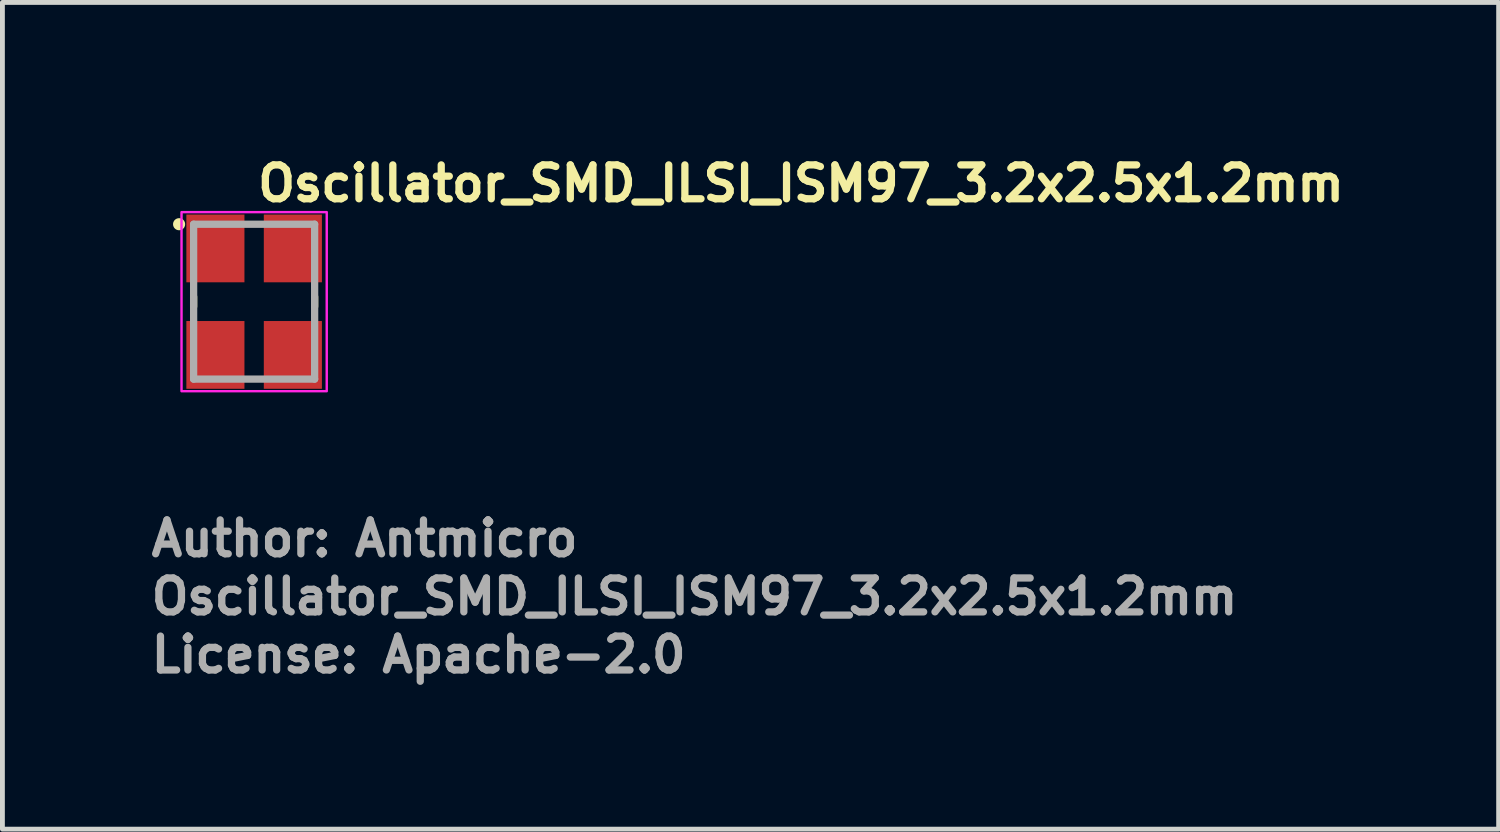
<source format=kicad_pcb>
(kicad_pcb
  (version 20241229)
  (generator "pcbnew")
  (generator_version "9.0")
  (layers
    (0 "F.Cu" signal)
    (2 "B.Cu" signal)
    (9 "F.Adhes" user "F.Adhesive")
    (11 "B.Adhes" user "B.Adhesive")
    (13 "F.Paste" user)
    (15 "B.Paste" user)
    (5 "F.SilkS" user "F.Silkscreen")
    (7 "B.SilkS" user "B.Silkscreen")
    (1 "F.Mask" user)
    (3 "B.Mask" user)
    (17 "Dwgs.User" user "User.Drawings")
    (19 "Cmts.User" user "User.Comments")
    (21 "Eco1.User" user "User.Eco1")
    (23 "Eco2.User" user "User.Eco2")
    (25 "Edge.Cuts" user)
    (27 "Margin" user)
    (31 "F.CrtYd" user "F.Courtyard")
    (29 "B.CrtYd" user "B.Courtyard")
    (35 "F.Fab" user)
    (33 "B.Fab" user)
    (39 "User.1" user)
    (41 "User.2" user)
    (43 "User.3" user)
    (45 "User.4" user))
  (footprint "Oscillator_SMD_ILSI_ISM97_3.2x2.5x1.2mm"
    (layer "F.Cu")
    (at 2.2 3.182)
    (property "Reference" "Oscillator_SMD_ILSI_ISM97_3.2x2.5x1.2mm" (at 0 -2.032 0) (unlocked yes) (layer "F.SilkS") (effects (font (size 0.7 0.7) (thickness 0.15)) (justify left bottom)))
    (attr smd)
    (fp_line (start -1.25 -0.102) (end -1.25 0.102) (stroke (width 0.15) (type solid)) (layer "F.SilkS"))
    (fp_line (start 1.25 -0.102) (end 1.25 0.102) (stroke (width 0.15) (type solid)) (layer "F.SilkS"))
    (fp_circle (center -1.55 -1.6) (end -1.5 -1.6) (stroke (width 0.15) (type solid)) (fill yes) (layer "F.SilkS"))
    (fp_rect (start 1.5 -1.85) (end -1.5 1.85) (stroke (width 0.05) (type solid)) (fill no) (layer "F.CrtYd"))
    (fp_line (start -1.25 -1.6) (end -1.25 1.6) (stroke (width 0.15) (type solid)) (layer "F.Fab"))
    (fp_line (start 1.25 -1.6) (end -1.25 -1.6) (stroke (width 0.15) (type solid)) (layer "F.Fab"))
    (fp_line (start 1.25 -1.6) (end 1.25 1.6) (stroke (width 0.15) (type solid)) (layer "F.Fab"))
    (fp_line (start 1.25 1.6) (end -1.25 1.6) (stroke (width 0.15) (type solid)) (layer "F.Fab"))
    (fp_rect (start 1.25 -1.6) (end -1.25 1.6) (stroke (width 0.1) (type solid)) (fill no) (layer "User.5"))
    (fp_line (start -1.25 -1.475) (end -1.25 1.475) (stroke (width 0.02) (type solid)) (layer "User.9"))
    (fp_line (start -1.25 -1.475) (end -1.244 -1.475) (stroke (width 0.02) (type solid)) (layer "User.9"))
    (fp_line (start -1.244 -1.475) (end -1.238 -1.476) (stroke (width 0.02) (type solid)) (layer "User.9"))
    (fp_line (start -1.244 1.475) (end -1.25 1.475) (stroke (width 0.02) (type solid)) (layer "User.9"))
    (fp_line (start -1.238 -1.476) (end -1.232 -1.476) (stroke (width 0.02) (type solid)) (layer "User.9"))
    (fp_line (start -1.238 1.476) (end -1.244 1.475) (stroke (width 0.02) (type solid)) (layer "User.9"))
    (fp_line (start -1.232 -1.476) (end -1.226 -1.477) (stroke (width 0.02) (type solid)) (layer "User.9"))
    (fp_line (start -1.232 1.476) (end -1.238 1.476) (stroke (width 0.02) (type solid)) (layer "User.9"))
    (fp_line (start -1.226 -1.477) (end -1.22 -1.479) (stroke (width 0.02) (type solid)) (layer "User.9"))
    (fp_line (start -1.226 1.477) (end -1.232 1.476) (stroke (width 0.02) (type solid)) (layer "User.9"))
    (fp_line (start -1.22 -1.479) (end -1.214 -1.48) (stroke (width 0.02) (type solid)) (layer "User.9"))
    (fp_line (start -1.22 1.479) (end -1.226 1.477) (stroke (width 0.02) (type solid)) (layer "User.9"))
    (fp_line (start -1.214 -1.48) (end -1.208 -1.482) (stroke (width 0.02) (type solid)) (layer "User.9"))
    (fp_line (start -1.214 1.48) (end -1.22 1.479) (stroke (width 0.02) (type solid)) (layer "User.9"))
    (fp_line (start -1.208 -1.482) (end -1.202 -1.485) (stroke (width 0.02) (type solid)) (layer "User.9"))
    (fp_line (start -1.208 1.482) (end -1.214 1.48) (stroke (width 0.02) (type solid)) (layer "User.9"))
    (fp_line (start -1.202 -1.485) (end -1.197 -1.487) (stroke (width 0.02) (type solid)) (layer "User.9"))
    (fp_line (start -1.202 1.485) (end -1.208 1.482) (stroke (width 0.02) (type solid)) (layer "User.9"))
    (fp_line (start -1.197 -1.487) (end -1.191 -1.49) (stroke (width 0.02) (type solid)) (layer "User.9"))
    (fp_line (start -1.197 1.487) (end -1.202 1.485) (stroke (width 0.02) (type solid)) (layer "User.9"))
    (fp_line (start -1.191 -1.49) (end -1.186 -1.493) (stroke (width 0.02) (type solid)) (layer "User.9"))
    (fp_line (start -1.191 1.49) (end -1.197 1.487) (stroke (width 0.02) (type solid)) (layer "User.9"))
    (fp_line (start -1.186 -1.493) (end -1.181 -1.496) (stroke (width 0.02) (type solid)) (layer "User.9"))
    (fp_line (start -1.186 1.493) (end -1.191 1.49) (stroke (width 0.02) (type solid)) (layer "User.9"))
    (fp_line (start -1.181 -1.496) (end -1.176 -1.5) (stroke (width 0.02) (type solid)) (layer "User.9"))
    (fp_line (start -1.181 1.496) (end -1.186 1.493) (stroke (width 0.02) (type solid)) (layer "User.9"))
    (fp_line (start -1.176 -1.5) (end -1.171 -1.503) (stroke (width 0.02) (type solid)) (layer "User.9"))
    (fp_line (start -1.176 1.5) (end -1.181 1.496) (stroke (width 0.02) (type solid)) (layer "User.9"))
    (fp_line (start -1.171 -1.503) (end -1.166 -1.507) (stroke (width 0.02) (type solid)) (layer "User.9"))
    (fp_line (start -1.171 1.503) (end -1.176 1.5) (stroke (width 0.02) (type solid)) (layer "User.9"))
    (fp_line (start -1.166 -1.507) (end -1.162 -1.512) (stroke (width 0.02) (type solid)) (layer "User.9"))
    (fp_line (start -1.166 1.507) (end -1.171 1.503) (stroke (width 0.02) (type solid)) (layer "User.9"))
    (fp_line (start -1.162 -1.512) (end -1.162 -1.512) (stroke (width 0.02) (type solid)) (layer "User.9"))
    (fp_line (start -1.162 -1.512) (end -1.157 -1.516) (stroke (width 0.02) (type solid)) (layer "User.9"))
    (fp_line (start -1.162 1.512) (end -1.166 1.507) (stroke (width 0.02) (type solid)) (layer "User.9"))
    (fp_line (start -1.162 1.512) (end -1.162 1.512) (stroke (width 0.02) (type solid)) (layer "User.9"))
    (fp_line (start -1.157 -1.516) (end -1.153 -1.521) (stroke (width 0.02) (type solid)) (layer "User.9"))
    (fp_line (start -1.157 1.516) (end -1.162 1.512) (stroke (width 0.02) (type solid)) (layer "User.9"))
    (fp_line (start -1.153 -1.521) (end -1.15 -1.526) (stroke (width 0.02) (type solid)) (layer "User.9"))
    (fp_line (start -1.153 1.521) (end -1.157 1.516) (stroke (width 0.02) (type solid)) (layer "User.9"))
    (fp_line (start -1.15 -1.526) (end -1.146 -1.531) (stroke (width 0.02) (type solid)) (layer "User.9"))
    (fp_line (start -1.15 -1.41) (end -1.15 -1.405) (stroke (width 0.02) (type solid)) (layer "User.9"))
    (fp_line (start -1.15 -1.405) (end -1.15 -1.4) (stroke (width 0.02) (type solid)) (layer "User.9"))
    (fp_line (start -1.15 -1.4) (end -1.15 1.4) (stroke (width 0.02) (type solid)) (layer "User.9"))
    (fp_line (start -1.15 1.4) (end -1.15 1.405) (stroke (width 0.02) (type solid)) (layer "User.9"))
    (fp_line (start -1.15 1.405) (end -1.15 1.41) (stroke (width 0.02) (type solid)) (layer "User.9"))
    (fp_line (start -1.15 1.41) (end -1.149 1.415) (stroke (width 0.02) (type solid)) (layer "User.9"))
    (fp_line (start -1.15 1.526) (end -1.153 1.521) (stroke (width 0.02) (type solid)) (layer "User.9"))
    (fp_line (start -1.149 -1.415) (end -1.15 -1.41) (stroke (width 0.02) (type solid)) (layer "User.9"))
    (fp_line (start -1.149 1.415) (end -1.148 1.42) (stroke (width 0.02) (type solid)) (layer "User.9"))
    (fp_line (start -1.148 -1.42) (end -1.149 -1.415) (stroke (width 0.02) (type solid)) (layer "User.9"))
    (fp_line (start -1.148 1.42) (end -1.147 1.424) (stroke (width 0.02) (type solid)) (layer "User.9"))
    (fp_line (start -1.147 -1.424) (end -1.148 -1.42) (stroke (width 0.02) (type solid)) (layer "User.9"))
    (fp_line (start -1.147 1.424) (end -1.146 1.429) (stroke (width 0.02) (type solid)) (layer "User.9"))
    (fp_line (start -1.146 -1.531) (end -1.143 -1.536) (stroke (width 0.02) (type solid)) (layer "User.9"))
    (fp_line (start -1.146 -1.429) (end -1.147 -1.424) (stroke (width 0.02) (type solid)) (layer "User.9"))
    (fp_line (start -1.146 1.429) (end -1.144 1.434) (stroke (width 0.02) (type solid)) (layer "User.9"))
    (fp_line (start -1.146 1.531) (end -1.15 1.526) (stroke (width 0.02) (type solid)) (layer "User.9"))
    (fp_line (start -1.144 -1.434) (end -1.146 -1.429) (stroke (width 0.02) (type solid)) (layer "User.9"))
    (fp_line (start -1.144 1.434) (end -1.142 1.438) (stroke (width 0.02) (type solid)) (layer "User.9"))
    (fp_line (start -1.143 -1.536) (end -1.14 -1.541) (stroke (width 0.02) (type solid)) (layer "User.9"))
    (fp_line (start -1.143 1.536) (end -1.146 1.531) (stroke (width 0.02) (type solid)) (layer "User.9"))
    (fp_line (start -1.142 -1.438) (end -1.144 -1.434) (stroke (width 0.02) (type solid)) (layer "User.9"))
    (fp_line (start -1.142 1.438) (end -1.14 1.443) (stroke (width 0.02) (type solid)) (layer "User.9"))
    (fp_line (start -1.14 -1.541) (end -1.137 -1.547) (stroke (width 0.02) (type solid)) (layer "User.9"))
    (fp_line (start -1.14 -1.443) (end -1.142 -1.438) (stroke (width 0.02) (type solid)) (layer "User.9"))
    (fp_line (start -1.14 1.443) (end -1.138 1.447) (stroke (width 0.02) (type solid)) (layer "User.9"))
    (fp_line (start -1.14 1.541) (end -1.143 1.536) (stroke (width 0.02) (type solid)) (layer "User.9"))
    (fp_line (start -1.138 -1.447) (end -1.14 -1.443) (stroke (width 0.02) (type solid)) (layer "User.9"))
    (fp_line (start -1.138 1.447) (end -1.136 1.451) (stroke (width 0.02) (type solid)) (layer "User.9"))
    (fp_line (start -1.137 -1.547) (end -1.135 -1.552) (stroke (width 0.02) (type solid)) (layer "User.9"))
    (fp_line (start -1.137 1.547) (end -1.14 1.541) (stroke (width 0.02) (type solid)) (layer "User.9"))
    (fp_line (start -1.136 -1.451) (end -1.138 -1.447) (stroke (width 0.02) (type solid)) (layer "User.9"))
    (fp_line (start -1.136 1.451) (end -1.133 1.455) (stroke (width 0.02) (type solid)) (layer "User.9"))
    (fp_line (start -1.135 -1.552) (end -1.132 -1.558) (stroke (width 0.02) (type solid)) (layer "User.9"))
    (fp_line (start -1.135 1.552) (end -1.137 1.547) (stroke (width 0.02) (type solid)) (layer "User.9"))
    (fp_line (start -1.133 -1.455) (end -1.136 -1.451) (stroke (width 0.02) (type solid)) (layer "User.9"))
    (fp_line (start -1.133 1.455) (end -1.13 1.459) (stroke (width 0.02) (type solid)) (layer "User.9"))
    (fp_line (start -1.132 -1.558) (end -1.13 -1.564) (stroke (width 0.02) (type solid)) (layer "User.9"))
    (fp_line (start -1.132 1.558) (end -1.135 1.552) (stroke (width 0.02) (type solid)) (layer "User.9"))
    (fp_line (start -1.13 -1.564) (end -1.129 -1.57) (stroke (width 0.02) (type solid)) (layer "User.9"))
    (fp_line (start -1.13 -1.459) (end -1.133 -1.455) (stroke (width 0.02) (type solid)) (layer "User.9"))
    (fp_line (start -1.13 1.459) (end -1.127 1.463) (stroke (width 0.02) (type solid)) (layer "User.9"))
    (fp_line (start -1.13 1.564) (end -1.132 1.558) (stroke (width 0.02) (type solid)) (layer "User.9"))
    (fp_line (start -1.129 -1.57) (end -1.127 -1.575) (stroke (width 0.02) (type solid)) (layer "User.9"))
    (fp_line (start -1.129 1.57) (end -1.13 1.564) (stroke (width 0.02) (type solid)) (layer "User.9"))
    (fp_line (start -1.127 -1.575) (end -1.126 -1.582) (stroke (width 0.02) (type solid)) (layer "User.9"))
    (fp_line (start -1.127 -1.463) (end -1.13 -1.459) (stroke (width 0.02) (type solid)) (layer "User.9"))
    (fp_line (start -1.127 1.463) (end -1.124 1.467) (stroke (width 0.02) (type solid)) (layer "User.9"))
    (fp_line (start -1.127 1.575) (end -1.129 1.57) (stroke (width 0.02) (type solid)) (layer "User.9"))
    (fp_line (start -1.126 -1.588) (end -1.125 -1.594) (stroke (width 0.02) (type solid)) (layer "User.9"))
    (fp_line (start -1.126 -1.582) (end -1.126 -1.588) (stroke (width 0.02) (type solid)) (layer "User.9"))
    (fp_line (start -1.126 1.582) (end -1.127 1.575) (stroke (width 0.02) (type solid)) (layer "User.9"))
    (fp_line (start -1.126 1.588) (end -1.126 1.582) (stroke (width 0.02) (type solid)) (layer "User.9"))
    (fp_line (start -1.125 -1.6) (end -0.55 -1.6) (stroke (width 0.02) (type solid)) (layer "User.9"))
    (fp_line (start -1.125 -1.594) (end -1.125 -1.6) (stroke (width 0.02) (type solid)) (layer "User.9"))
    (fp_line (start -1.125 1.594) (end -1.126 1.588) (stroke (width 0.02) (type solid)) (layer "User.9"))
    (fp_line (start -1.125 1.6) (end -1.125 1.594) (stroke (width 0.02) (type solid)) (layer "User.9"))
    (fp_line (start -1.125 1.6) (end -0.55 1.6) (stroke (width 0.02) (type solid)) (layer "User.9"))
    (fp_line (start -1.124 -1.467) (end -1.127 -1.463) (stroke (width 0.02) (type solid)) (layer "User.9"))
    (fp_line (start -1.124 1.467) (end -1.121 1.471) (stroke (width 0.02) (type solid)) (layer "User.9"))
    (fp_line (start -1.121 -1.471) (end -1.124 -1.467) (stroke (width 0.02) (type solid)) (layer "User.9"))
    (fp_line (start -1.121 -1.471) (end -1.121 -1.471) (stroke (width 0.02) (type solid)) (layer "User.9"))
    (fp_line (start -1.121 1.471) (end -1.121 1.471) (stroke (width 0.02) (type solid)) (layer "User.9"))
    (fp_line (start -1.121 1.471) (end -1.117 1.474) (stroke (width 0.02) (type solid)) (layer "User.9"))
    (fp_line (start -1.117 -1.474) (end -1.121 -1.471) (stroke (width 0.02) (type solid)) (layer "User.9"))
    (fp_line (start -1.117 1.474) (end -1.113 1.477) (stroke (width 0.02) (type solid)) (layer "User.9"))
    (fp_line (start -1.113 -1.477) (end -1.117 -1.474) (stroke (width 0.02) (type solid)) (layer "User.9"))
    (fp_line (start -1.113 1.477) (end -1.109 1.48) (stroke (width 0.02) (type solid)) (layer "User.9"))
    (fp_line (start -1.109 -1.48) (end -1.113 -1.477) (stroke (width 0.02) (type solid)) (layer "User.9"))
    (fp_line (start -1.109 1.48) (end -1.105 1.483) (stroke (width 0.02) (type solid)) (layer "User.9"))
    (fp_line (start -1.105 -1.483) (end -1.109 -1.48) (stroke (width 0.02) (type solid)) (layer "User.9"))
    (fp_line (start -1.105 1.483) (end -1.101 1.486) (stroke (width 0.02) (type solid)) (layer "User.9"))
    (fp_line (start -1.101 -1.486) (end -1.105 -1.483) (stroke (width 0.02) (type solid)) (layer "User.9"))
    (fp_line (start -1.101 1.486) (end -1.097 1.488) (stroke (width 0.02) (type solid)) (layer "User.9"))
    (fp_line (start -1.1 -1.405) (end -1.1 -1.402) (stroke (width 0.02) (type solid)) (layer "User.9"))
    (fp_line (start -1.1 -1.402) (end -1.1 -1.4) (stroke (width 0.02) (type solid)) (layer "User.9"))
    (fp_line (start -1.1 -1.4) (end -1.1 1.4) (stroke (width 0.02) (type solid)) (layer "User.9"))
    (fp_line (start -1.1 1.4) (end -1.1 1.402) (stroke (width 0.02) (type solid)) (layer "User.9"))
    (fp_line (start -1.1 1.402) (end -1.1 1.405) (stroke (width 0.02) (type solid)) (layer "User.9"))
    (fp_line (start -1.1 1.405) (end -1.099 1.407) (stroke (width 0.02) (type solid)) (layer "User.9"))
    (fp_line (start -1.099 -1.41) (end -1.099 -1.407) (stroke (width 0.02) (type solid)) (layer "User.9"))
    (fp_line (start -1.099 -1.407) (end -1.1 -1.405) (stroke (width 0.02) (type solid)) (layer "User.9"))
    (fp_line (start -1.099 1.407) (end -1.099 1.41) (stroke (width 0.02) (type solid)) (layer "User.9"))
    (fp_line (start -1.099 1.41) (end -1.098 1.412) (stroke (width 0.02) (type solid)) (layer "User.9"))
    (fp_line (start -1.098 -1.415) (end -1.098 -1.412) (stroke (width 0.02) (type solid)) (layer "User.9"))
    (fp_line (start -1.098 -1.412) (end -1.099 -1.41) (stroke (width 0.02) (type solid)) (layer "User.9"))
    (fp_line (start -1.098 1.412) (end -1.098 1.415) (stroke (width 0.02) (type solid)) (layer "User.9"))
    (fp_line (start -1.098 1.415) (end -1.097 1.417) (stroke (width 0.02) (type solid)) (layer "User.9"))
    (fp_line (start -1.097 -1.488) (end -1.101 -1.486) (stroke (width 0.02) (type solid)) (layer "User.9"))
    (fp_line (start -1.097 -1.417) (end -1.098 -1.415) (stroke (width 0.02) (type solid)) (layer "User.9"))
    (fp_line (start -1.097 1.417) (end -1.096 1.419) (stroke (width 0.02) (type solid)) (layer "User.9"))
    (fp_line (start -1.097 1.488) (end -1.093 1.49) (stroke (width 0.02) (type solid)) (layer "User.9"))
    (fp_line (start -1.096 -1.419) (end -1.097 -1.417) (stroke (width 0.02) (type solid)) (layer "User.9"))
    (fp_line (start -1.096 1.419) (end -1.095 1.421) (stroke (width 0.02) (type solid)) (layer "User.9"))
    (fp_line (start -1.095 -1.421) (end -1.096 -1.419) (stroke (width 0.02) (type solid)) (layer "User.9"))
    (fp_line (start -1.095 1.421) (end -1.094 1.424) (stroke (width 0.02) (type solid)) (layer "User.9"))
    (fp_line (start -1.094 -1.424) (end -1.095 -1.421) (stroke (width 0.02) (type solid)) (layer "User.9"))
    (fp_line (start -1.094 1.424) (end -1.093 1.426) (stroke (width 0.02) (type solid)) (layer "User.9"))
    (fp_line (start -1.093 -1.49) (end -1.097 -1.488) (stroke (width 0.02) (type solid)) (layer "User.9"))
    (fp_line (start -1.093 -1.426) (end -1.094 -1.424) (stroke (width 0.02) (type solid)) (layer "User.9"))
    (fp_line (start -1.093 1.426) (end -1.092 1.428) (stroke (width 0.02) (type solid)) (layer "User.9"))
    (fp_line (start -1.093 1.49) (end -1.088 1.492) (stroke (width 0.02) (type solid)) (layer "User.9"))
    (fp_line (start -1.092 -1.428) (end -1.093 -1.426) (stroke (width 0.02) (type solid)) (layer "User.9"))
    (fp_line (start -1.092 1.428) (end -1.09 1.43) (stroke (width 0.02) (type solid)) (layer "User.9"))
    (fp_line (start -1.09 -1.43) (end -1.092 -1.428) (stroke (width 0.02) (type solid)) (layer "User.9"))
    (fp_line (start -1.09 1.43) (end -1.089 1.432) (stroke (width 0.02) (type solid)) (layer "User.9"))
    (fp_line (start -1.089 -1.432) (end -1.09 -1.43) (stroke (width 0.02) (type solid)) (layer "User.9"))
    (fp_line (start -1.089 1.432) (end -1.087 1.434) (stroke (width 0.02) (type solid)) (layer "User.9"))
    (fp_line (start -1.088 -1.492) (end -1.093 -1.49) (stroke (width 0.02) (type solid)) (layer "User.9"))
    (fp_line (start -1.088 1.492) (end -1.084 1.494) (stroke (width 0.02) (type solid)) (layer "User.9"))
    (fp_line (start -1.087 -1.434) (end -1.089 -1.432) (stroke (width 0.02) (type solid)) (layer "User.9"))
    (fp_line (start -1.087 1.434) (end -1.085 1.435) (stroke (width 0.02) (type solid)) (layer "User.9"))
    (fp_line (start -1.085 -1.435) (end -1.087 -1.434) (stroke (width 0.02) (type solid)) (layer "User.9"))
    (fp_line (start -1.085 -1.435) (end -1.085 -1.435) (stroke (width 0.02) (type solid)) (layer "User.9"))
    (fp_line (start -1.085 1.435) (end -1.085 1.435) (stroke (width 0.02) (type solid)) (layer "User.9"))
    (fp_line (start -1.085 1.435) (end -1.084 1.437) (stroke (width 0.02) (type solid)) (layer "User.9"))
    (fp_line (start -1.084 -1.494) (end -1.088 -1.492) (stroke (width 0.02) (type solid)) (layer "User.9"))
    (fp_line (start -1.084 -1.437) (end -1.085 -1.435) (stroke (width 0.02) (type solid)) (layer "User.9"))
    (fp_line (start -1.084 1.437) (end -1.082 1.439) (stroke (width 0.02) (type solid)) (layer "User.9"))
    (fp_line (start -1.084 1.494) (end -1.079 1.496) (stroke (width 0.02) (type solid)) (layer "User.9"))
    (fp_line (start -1.082 -1.439) (end -1.084 -1.437) (stroke (width 0.02) (type solid)) (layer "User.9"))
    (fp_line (start -1.082 1.439) (end -1.08 1.44) (stroke (width 0.02) (type solid)) (layer "User.9"))
    (fp_line (start -1.08 -1.44) (end -1.082 -1.439) (stroke (width 0.02) (type solid)) (layer "User.9"))
    (fp_line (start -1.08 1.44) (end -1.078 1.442) (stroke (width 0.02) (type solid)) (layer "User.9"))
    (fp_line (start -1.079 -1.496) (end -1.084 -1.494) (stroke (width 0.02) (type solid)) (layer "User.9"))
    (fp_line (start -1.079 1.496) (end -1.074 1.497) (stroke (width 0.02) (type solid)) (layer "User.9"))
    (fp_line (start -1.078 -1.442) (end -1.08 -1.44) (stroke (width 0.02) (type solid)) (layer "User.9"))
    (fp_line (start -1.078 1.442) (end -1.076 1.443) (stroke (width 0.02) (type solid)) (layer "User.9"))
    (fp_line (start -1.076 -1.443) (end -1.078 -1.442) (stroke (width 0.02) (type solid)) (layer "User.9"))
    (fp_line (start -1.076 1.443) (end -1.074 1.444) (stroke (width 0.02) (type solid)) (layer "User.9"))
    (fp_line (start -1.074 -1.497) (end -1.079 -1.496) (stroke (width 0.02) (type solid)) (layer "User.9"))
    (fp_line (start -1.074 -1.444) (end -1.076 -1.443) (stroke (width 0.02) (type solid)) (layer "User.9"))
    (fp_line (start -1.074 1.444) (end -1.071 1.445) (stroke (width 0.02) (type solid)) (layer "User.9"))
    (fp_line (start -1.074 1.497) (end -1.07 1.498) (stroke (width 0.02) (type solid)) (layer "User.9"))
    (fp_line (start -1.071 -1.445) (end -1.074 -1.444) (stroke (width 0.02) (type solid)) (layer "User.9"))
    (fp_line (start -1.071 1.445) (end -1.069 1.446) (stroke (width 0.02) (type solid)) (layer "User.9"))
    (fp_line (start -1.07 -1.498) (end -1.074 -1.497) (stroke (width 0.02) (type solid)) (layer "User.9"))
    (fp_line (start -1.07 1.498) (end -1.065 1.499) (stroke (width 0.02) (type solid)) (layer "User.9"))
    (fp_line (start -1.069 -1.446) (end -1.071 -1.445) (stroke (width 0.02) (type solid)) (layer "User.9"))
    (fp_line (start -1.069 1.446) (end -1.067 1.447) (stroke (width 0.02) (type solid)) (layer "User.9"))
    (fp_line (start -1.067 -1.447) (end -1.069 -1.446) (stroke (width 0.02) (type solid)) (layer "User.9"))
    (fp_line (start -1.067 1.447) (end -1.065 1.448) (stroke (width 0.02) (type solid)) (layer "User.9"))
    (fp_line (start -1.065 -1.499) (end -1.07 -1.498) (stroke (width 0.02) (type solid)) (layer "User.9"))
    (fp_line (start -1.065 -1.448) (end -1.067 -1.447) (stroke (width 0.02) (type solid)) (layer "User.9"))
    (fp_line (start -1.065 1.448) (end -1.062 1.448) (stroke (width 0.02) (type solid)) (layer "User.9"))
    (fp_line (start -1.065 1.499) (end -1.06 1.5) (stroke (width 0.02) (type solid)) (layer "User.9"))
    (fp_line (start -1.062 -1.448) (end -1.065 -1.448) (stroke (width 0.02) (type solid)) (layer "User.9"))
    (fp_line (start -1.062 1.448) (end -1.06 1.449) (stroke (width 0.02) (type solid)) (layer "User.9"))
    (fp_line (start -1.06 -1.5) (end -1.065 -1.499) (stroke (width 0.02) (type solid)) (layer "User.9"))
    (fp_line (start -1.06 -1.449) (end -1.062 -1.448) (stroke (width 0.02) (type solid)) (layer "User.9"))
    (fp_line (start -1.06 1.449) (end -1.057 1.449) (stroke (width 0.02) (type solid)) (layer "User.9"))
    (fp_line (start -1.06 1.5) (end -1.055 1.5) (stroke (width 0.02) (type solid)) (layer "User.9"))
    (fp_line (start -1.057 -1.449) (end -1.06 -1.449) (stroke (width 0.02) (type solid)) (layer "User.9"))
    (fp_line (start -1.057 1.449) (end -1.055 1.45) (stroke (width 0.02) (type solid)) (layer "User.9"))
    (fp_line (start -1.055 -1.5) (end -1.06 -1.5) (stroke (width 0.02) (type solid)) (layer "User.9"))
    (fp_line (start -1.055 -1.45) (end -1.057 -1.449) (stroke (width 0.02) (type solid)) (layer "User.9"))
    (fp_line (start -1.055 1.45) (end -1.052 1.45) (stroke (width 0.02) (type solid)) (layer "User.9"))
    (fp_line (start -1.055 1.5) (end -1.05 1.5) (stroke (width 0.02) (type solid)) (layer "User.9"))
    (fp_line (start -1.052 -1.45) (end -1.055 -1.45) (stroke (width 0.02) (type solid)) (layer "User.9"))
    (fp_line (start -1.052 1.45) (end -1.05 1.45) (stroke (width 0.02) (type solid)) (layer "User.9"))
    (fp_line (start -1.05 -1.5) (end -1.055 -1.5) (stroke (width 0.02) (type solid)) (layer "User.9"))
    (fp_line (start -1.05 -1.45) (end -1.052 -1.45) (stroke (width 0.02) (type solid)) (layer "User.9"))
    (fp_line (start -1.05 1.45) (end 1.05 1.45) (stroke (width 0.02) (type solid)) (layer "User.9"))
    (fp_line (start -1.05 1.5) (end 1.05 1.5) (stroke (width 0.02) (type solid)) (layer "User.9"))
    (fp_line (start -0.55 -1.6) (end -0.49 -1.54) (stroke (width 0.02) (type solid)) (layer "User.9"))
    (fp_line (start -0.49 -1.54) (end -0.31 -1.54) (stroke (width 0.02) (type solid)) (layer "User.9"))
    (fp_line (start -0.49 1.54) (end -0.55 1.6) (stroke (width 0.02) (type solid)) (layer "User.9"))
    (fp_line (start -0.31 -1.54) (end -0.25 -1.6) (stroke (width 0.02) (type solid)) (layer "User.9"))
    (fp_line (start -0.31 1.54) (end -0.49 1.54) (stroke (width 0.02) (type solid)) (layer "User.9"))
    (fp_line (start -0.25 -1.6) (end 0.25 -1.6) (stroke (width 0.02) (type solid)) (layer "User.9"))
    (fp_line (start -0.25 1.6) (end -0.31 1.54) (stroke (width 0.02) (type solid)) (layer "User.9"))
    (fp_line (start -0.25 1.6) (end 0.25 1.6) (stroke (width 0.02) (type solid)) (layer "User.9"))
    (fp_line (start 0.25 -1.6) (end 0.31 -1.54) (stroke (width 0.02) (type solid)) (layer "User.9"))
    (fp_line (start 0.31 -1.54) (end 0.49 -1.54) (stroke (width 0.02) (type solid)) (layer "User.9"))
    (fp_line (start 0.31 1.54) (end 0.25 1.6) (stroke (width 0.02) (type solid)) (layer "User.9"))
    (fp_line (start 0.49 -1.54) (end 0.55 -1.6) (stroke (width 0.02) (type solid)) (layer "User.9"))
    (fp_line (start 0.49 1.54) (end 0.31 1.54) (stroke (width 0.02) (type solid)) (layer "User.9"))
    (fp_line (start 0.55 -1.6) (end 1.125 -1.6) (stroke (width 0.02) (type solid)) (layer "User.9"))
    (fp_line (start 0.55 1.6) (end 0.49 1.54) (stroke (width 0.02) (type solid)) (layer "User.9"))
    (fp_line (start 0.55 1.6) (end 1.125 1.6) (stroke (width 0.02) (type solid)) (layer "User.9"))
    (fp_line (start 1.05 -1.5) (end -1.05 -1.5) (stroke (width 0.02) (type solid)) (layer "User.9"))
    (fp_line (start 1.05 -1.45) (end -1.05 -1.45) (stroke (width 0.02) (type solid)) (layer "User.9"))
    (fp_line (start 1.05 1.45) (end 1.052 1.45) (stroke (width 0.02) (type solid)) (layer "User.9"))
    (fp_line (start 1.05 1.5) (end 1.055 1.5) (stroke (width 0.02) (type solid)) (layer "User.9"))
    (fp_line (start 1.052 -1.45) (end 1.05 -1.45) (stroke (width 0.02) (type solid)) (layer "User.9"))
    (fp_line (start 1.052 1.45) (end 1.055 1.45) (stroke (width 0.02) (type solid)) (layer "User.9"))
    (fp_line (start 1.055 -1.5) (end 1.05 -1.5) (stroke (width 0.02) (type solid)) (layer "User.9"))
    (fp_line (start 1.055 -1.45) (end 1.052 -1.45) (stroke (width 0.02) (type solid)) (layer "User.9"))
    (fp_line (start 1.055 1.45) (end 1.057 1.449) (stroke (width 0.02) (type solid)) (layer "User.9"))
    (fp_line (start 1.055 1.5) (end 1.06 1.5) (stroke (width 0.02) (type solid)) (layer "User.9"))
    (fp_line (start 1.057 -1.449) (end 1.055 -1.45) (stroke (width 0.02) (type solid)) (layer "User.9"))
    (fp_line (start 1.057 1.449) (end 1.06 1.449) (stroke (width 0.02) (type solid)) (layer "User.9"))
    (fp_line (start 1.06 -1.5) (end 1.055 -1.5) (stroke (width 0.02) (type solid)) (layer "User.9"))
    (fp_line (start 1.06 -1.449) (end 1.057 -1.449) (stroke (width 0.02) (type solid)) (layer "User.9"))
    (fp_line (start 1.06 1.449) (end 1.062 1.448) (stroke (width 0.02) (type solid)) (layer "User.9"))
    (fp_line (start 1.06 1.5) (end 1.065 1.499) (stroke (width 0.02) (type solid)) (layer "User.9"))
    (fp_line (start 1.062 -1.448) (end 1.06 -1.449) (stroke (width 0.02) (type solid)) (layer "User.9"))
    (fp_line (start 1.062 1.448) (end 1.065 1.448) (stroke (width 0.02) (type solid)) (layer "User.9"))
    (fp_line (start 1.065 -1.499) (end 1.06 -1.5) (stroke (width 0.02) (type solid)) (layer "User.9"))
    (fp_line (start 1.065 -1.448) (end 1.062 -1.448) (stroke (width 0.02) (type solid)) (layer "User.9"))
    (fp_line (start 1.065 1.448) (end 1.067 1.447) (stroke (width 0.02) (type solid)) (layer "User.9"))
    (fp_line (start 1.065 1.499) (end 1.07 1.498) (stroke (width 0.02) (type solid)) (layer "User.9"))
    (fp_line (start 1.067 -1.447) (end 1.065 -1.448) (stroke (width 0.02) (type solid)) (layer "User.9"))
    (fp_line (start 1.067 1.447) (end 1.069 1.446) (stroke (width 0.02) (type solid)) (layer "User.9"))
    (fp_line (start 1.069 -1.446) (end 1.067 -1.447) (stroke (width 0.02) (type solid)) (layer "User.9"))
    (fp_line (start 1.069 1.446) (end 1.071 1.445) (stroke (width 0.02) (type solid)) (layer "User.9"))
    (fp_line (start 1.07 -1.498) (end 1.065 -1.499) (stroke (width 0.02) (type solid)) (layer "User.9"))
    (fp_line (start 1.07 1.498) (end 1.074 1.497) (stroke (width 0.02) (type solid)) (layer "User.9"))
    (fp_line (start 1.071 -1.445) (end 1.069 -1.446) (stroke (width 0.02) (type solid)) (layer "User.9"))
    (fp_line (start 1.071 1.445) (end 1.074 1.444) (stroke (width 0.02) (type solid)) (layer "User.9"))
    (fp_line (start 1.074 -1.497) (end 1.07 -1.498) (stroke (width 0.02) (type solid)) (layer "User.9"))
    (fp_line (start 1.074 -1.444) (end 1.071 -1.445) (stroke (width 0.02) (type solid)) (layer "User.9"))
    (fp_line (start 1.074 1.444) (end 1.076 1.443) (stroke (width 0.02) (type solid)) (layer "User.9"))
    (fp_line (start 1.074 1.497) (end 1.079 1.496) (stroke (width 0.02) (type solid)) (layer "User.9"))
    (fp_line (start 1.076 -1.443) (end 1.074 -1.444) (stroke (width 0.02) (type solid)) (layer "User.9"))
    (fp_line (start 1.076 1.443) (end 1.078 1.442) (stroke (width 0.02) (type solid)) (layer "User.9"))
    (fp_line (start 1.078 -1.442) (end 1.076 -1.443) (stroke (width 0.02) (type solid)) (layer "User.9"))
    (fp_line (start 1.078 1.442) (end 1.08 1.44) (stroke (width 0.02) (type solid)) (layer "User.9"))
    (fp_line (start 1.079 -1.496) (end 1.074 -1.497) (stroke (width 0.02) (type solid)) (layer "User.9"))
    (fp_line (start 1.079 1.496) (end 1.084 1.494) (stroke (width 0.02) (type solid)) (layer "User.9"))
    (fp_line (start 1.08 -1.44) (end 1.078 -1.442) (stroke (width 0.02) (type solid)) (layer "User.9"))
    (fp_line (start 1.08 1.44) (end 1.082 1.439) (stroke (width 0.02) (type solid)) (layer "User.9"))
    (fp_line (start 1.082 -1.439) (end 1.08 -1.44) (stroke (width 0.02) (type solid)) (layer "User.9"))
    (fp_line (start 1.082 1.439) (end 1.084 1.437) (stroke (width 0.02) (type solid)) (layer "User.9"))
    (fp_line (start 1.084 -1.494) (end 1.079 -1.496) (stroke (width 0.02) (type solid)) (layer "User.9"))
    (fp_line (start 1.084 -1.437) (end 1.082 -1.439) (stroke (width 0.02) (type solid)) (layer "User.9"))
    (fp_line (start 1.084 1.437) (end 1.085 1.435) (stroke (width 0.02) (type solid)) (layer "User.9"))
    (fp_line (start 1.084 1.494) (end 1.088 1.492) (stroke (width 0.02) (type solid)) (layer "User.9"))
    (fp_line (start 1.085 -1.435) (end 1.084 -1.437) (stroke (width 0.02) (type solid)) (layer "User.9"))
    (fp_line (start 1.085 -1.435) (end 1.085 -1.435) (stroke (width 0.02) (type solid)) (layer "User.9"))
    (fp_line (start 1.085 1.435) (end 1.085 1.435) (stroke (width 0.02) (type solid)) (layer "User.9"))
    (fp_line (start 1.085 1.435) (end 1.087 1.434) (stroke (width 0.02) (type solid)) (layer "User.9"))
    (fp_line (start 1.087 -1.434) (end 1.085 -1.435) (stroke (width 0.02) (type solid)) (layer "User.9"))
    (fp_line (start 1.087 1.434) (end 1.089 1.432) (stroke (width 0.02) (type solid)) (layer "User.9"))
    (fp_line (start 1.088 -1.492) (end 1.084 -1.494) (stroke (width 0.02) (type solid)) (layer "User.9"))
    (fp_line (start 1.088 1.492) (end 1.093 1.49) (stroke (width 0.02) (type solid)) (layer "User.9"))
    (fp_line (start 1.089 -1.432) (end 1.087 -1.434) (stroke (width 0.02) (type solid)) (layer "User.9"))
    (fp_line (start 1.089 1.432) (end 1.09 1.43) (stroke (width 0.02) (type solid)) (layer "User.9"))
    (fp_line (start 1.09 -1.43) (end 1.089 -1.432) (stroke (width 0.02) (type solid)) (layer "User.9"))
    (fp_line (start 1.09 1.43) (end 1.092 1.428) (stroke (width 0.02) (type solid)) (layer "User.9"))
    (fp_line (start 1.092 -1.428) (end 1.09 -1.43) (stroke (width 0.02) (type solid)) (layer "User.9"))
    (fp_line (start 1.092 1.428) (end 1.093 1.426) (stroke (width 0.02) (type solid)) (layer "User.9"))
    (fp_line (start 1.093 -1.49) (end 1.088 -1.492) (stroke (width 0.02) (type solid)) (layer "User.9"))
    (fp_line (start 1.093 -1.426) (end 1.092 -1.428) (stroke (width 0.02) (type solid)) (layer "User.9"))
    (fp_line (start 1.093 1.426) (end 1.094 1.424) (stroke (width 0.02) (type solid)) (layer "User.9"))
    (fp_line (start 1.093 1.49) (end 1.097 1.488) (stroke (width 0.02) (type solid)) (layer "User.9"))
    (fp_line (start 1.094 -1.424) (end 1.093 -1.426) (stroke (width 0.02) (type solid)) (layer "User.9"))
    (fp_line (start 1.094 1.424) (end 1.095 1.421) (stroke (width 0.02) (type solid)) (layer "User.9"))
    (fp_line (start 1.095 -1.421) (end 1.094 -1.424) (stroke (width 0.02) (type solid)) (layer "User.9"))
    (fp_line (start 1.095 1.421) (end 1.096 1.419) (stroke (width 0.02) (type solid)) (layer "User.9"))
    (fp_line (start 1.096 -1.419) (end 1.095 -1.421) (stroke (width 0.02) (type solid)) (layer "User.9"))
    (fp_line (start 1.096 1.419) (end 1.097 1.417) (stroke (width 0.02) (type solid)) (layer "User.9"))
    (fp_line (start 1.097 -1.488) (end 1.093 -1.49) (stroke (width 0.02) (type solid)) (layer "User.9"))
    (fp_line (start 1.097 -1.417) (end 1.096 -1.419) (stroke (width 0.02) (type solid)) (layer "User.9"))
    (fp_line (start 1.097 1.417) (end 1.098 1.415) (stroke (width 0.02) (type solid)) (layer "User.9"))
    (fp_line (start 1.097 1.488) (end 1.101 1.486) (stroke (width 0.02) (type solid)) (layer "User.9"))
    (fp_line (start 1.098 -1.415) (end 1.097 -1.417) (stroke (width 0.02) (type solid)) (layer "User.9"))
    (fp_line (start 1.098 -1.412) (end 1.098 -1.415) (stroke (width 0.02) (type solid)) (layer "User.9"))
    (fp_line (start 1.098 1.412) (end 1.099 1.41) (stroke (width 0.02) (type solid)) (layer "User.9"))
    (fp_line (start 1.098 1.415) (end 1.098 1.412) (stroke (width 0.02) (type solid)) (layer "User.9"))
    (fp_line (start 1.099 -1.41) (end 1.098 -1.412) (stroke (width 0.02) (type solid)) (layer "User.9"))
    (fp_line (start 1.099 -1.407) (end 1.099 -1.41) (stroke (width 0.02) (type solid)) (layer "User.9"))
    (fp_line (start 1.099 1.407) (end 1.1 1.405) (stroke (width 0.02) (type solid)) (layer "User.9"))
    (fp_line (start 1.099 1.41) (end 1.099 1.407) (stroke (width 0.02) (type solid)) (layer "User.9"))
    (fp_line (start 1.1 -1.405) (end 1.099 -1.407) (stroke (width 0.02) (type solid)) (layer "User.9"))
    (fp_line (start 1.1 -1.402) (end 1.1 -1.405) (stroke (width 0.02) (type solid)) (layer "User.9"))
    (fp_line (start 1.1 -1.4) (end 1.1 -1.402) (stroke (width 0.02) (type solid)) (layer "User.9"))
    (fp_line (start 1.1 1.4) (end 1.1 -1.4) (stroke (width 0.02) (type solid)) (layer "User.9"))
    (fp_line (start 1.1 1.402) (end 1.1 1.4) (stroke (width 0.02) (type solid)) (layer "User.9"))
    (fp_line (start 1.1 1.405) (end 1.1 1.402) (stroke (width 0.02) (type solid)) (layer "User.9"))
    (fp_line (start 1.101 -1.486) (end 1.097 -1.488) (stroke (width 0.02) (type solid)) (layer "User.9"))
    (fp_line (start 1.101 1.486) (end 1.105 1.483) (stroke (width 0.02) (type solid)) (layer "User.9"))
    (fp_line (start 1.105 -1.483) (end 1.101 -1.486) (stroke (width 0.02) (type solid)) (layer "User.9"))
    (fp_line (start 1.105 1.483) (end 1.109 1.48) (stroke (width 0.02) (type solid)) (layer "User.9"))
    (fp_line (start 1.109 -1.48) (end 1.105 -1.483) (stroke (width 0.02) (type solid)) (layer "User.9"))
    (fp_line (start 1.109 1.48) (end 1.113 1.477) (stroke (width 0.02) (type solid)) (layer "User.9"))
    (fp_line (start 1.113 -1.477) (end 1.109 -1.48) (stroke (width 0.02) (type solid)) (layer "User.9"))
    (fp_line (start 1.113 1.477) (end 1.117 1.474) (stroke (width 0.02) (type solid)) (layer "User.9"))
    (fp_line (start 1.117 -1.474) (end 1.113 -1.477) (stroke (width 0.02) (type solid)) (layer "User.9"))
    (fp_line (start 1.117 1.474) (end 1.121 1.471) (stroke (width 0.02) (type solid)) (layer "User.9"))
    (fp_line (start 1.121 -1.471) (end 1.117 -1.474) (stroke (width 0.02) (type solid)) (layer "User.9"))
    (fp_line (start 1.121 -1.471) (end 1.121 -1.471) (stroke (width 0.02) (type solid)) (layer "User.9"))
    (fp_line (start 1.121 1.471) (end 1.121 1.471) (stroke (width 0.02) (type solid)) (layer "User.9"))
    (fp_line (start 1.121 1.471) (end 1.124 1.467) (stroke (width 0.02) (type solid)) (layer "User.9"))
    (fp_line (start 1.124 -1.467) (end 1.121 -1.471) (stroke (width 0.02) (type solid)) (layer "User.9"))
    (fp_line (start 1.124 1.467) (end 1.127 1.463) (stroke (width 0.02) (type solid)) (layer "User.9"))
    (fp_line (start 1.125 -1.6) (end 1.125 -1.594) (stroke (width 0.02) (type solid)) (layer "User.9"))
    (fp_line (start 1.125 -1.594) (end 1.126 -1.588) (stroke (width 0.02) (type solid)) (layer "User.9"))
    (fp_line (start 1.125 1.594) (end 1.125 1.6) (stroke (width 0.02) (type solid)) (layer "User.9"))
    (fp_line (start 1.126 -1.588) (end 1.126 -1.582) (stroke (width 0.02) (type solid)) (layer "User.9"))
    (fp_line (start 1.126 -1.582) (end 1.127 -1.575) (stroke (width 0.02) (type solid)) (layer "User.9"))
    (fp_line (start 1.126 1.582) (end 1.126 1.588) (stroke (width 0.02) (type solid)) (layer "User.9"))
    (fp_line (start 1.126 1.588) (end 1.125 1.594) (stroke (width 0.02) (type solid)) (layer "User.9"))
    (fp_line (start 1.127 -1.575) (end 1.129 -1.57) (stroke (width 0.02) (type solid)) (layer "User.9"))
    (fp_line (start 1.127 -1.463) (end 1.124 -1.467) (stroke (width 0.02) (type solid)) (layer "User.9"))
    (fp_line (start 1.127 1.463) (end 1.13 1.459) (stroke (width 0.02) (type solid)) (layer "User.9"))
    (fp_line (start 1.127 1.575) (end 1.126 1.582) (stroke (width 0.02) (type solid)) (layer "User.9"))
    (fp_line (start 1.129 -1.57) (end 1.13 -1.564) (stroke (width 0.02) (type solid)) (layer "User.9"))
    (fp_line (start 1.129 1.57) (end 1.127 1.575) (stroke (width 0.02) (type solid)) (layer "User.9"))
    (fp_line (start 1.13 -1.564) (end 1.132 -1.558) (stroke (width 0.02) (type solid)) (layer "User.9"))
    (fp_line (start 1.13 -1.459) (end 1.127 -1.463) (stroke (width 0.02) (type solid)) (layer "User.9"))
    (fp_line (start 1.13 1.459) (end 1.133 1.455) (stroke (width 0.02) (type solid)) (layer "User.9"))
    (fp_line (start 1.13 1.564) (end 1.129 1.57) (stroke (width 0.02) (type solid)) (layer "User.9"))
    (fp_line (start 1.132 -1.558) (end 1.135 -1.552) (stroke (width 0.02) (type solid)) (layer "User.9"))
    (fp_line (start 1.132 1.558) (end 1.13 1.564) (stroke (width 0.02) (type solid)) (layer "User.9"))
    (fp_line (start 1.133 -1.455) (end 1.13 -1.459) (stroke (width 0.02) (type solid)) (layer "User.9"))
    (fp_line (start 1.133 1.455) (end 1.136 1.451) (stroke (width 0.02) (type solid)) (layer "User.9"))
    (fp_line (start 1.135 -1.552) (end 1.137 -1.547) (stroke (width 0.02) (type solid)) (layer "User.9"))
    (fp_line (start 1.135 1.552) (end 1.132 1.558) (stroke (width 0.02) (type solid)) (layer "User.9"))
    (fp_line (start 1.136 -1.451) (end 1.133 -1.455) (stroke (width 0.02) (type solid)) (layer "User.9"))
    (fp_line (start 1.136 1.451) (end 1.138 1.447) (stroke (width 0.02) (type solid)) (layer "User.9"))
    (fp_line (start 1.137 -1.547) (end 1.14 -1.541) (stroke (width 0.02) (type solid)) (layer "User.9"))
    (fp_line (start 1.137 1.547) (end 1.135 1.552) (stroke (width 0.02) (type solid)) (layer "User.9"))
    (fp_line (start 1.138 -1.447) (end 1.136 -1.451) (stroke (width 0.02) (type solid)) (layer "User.9"))
    (fp_line (start 1.138 1.447) (end 1.14 1.443) (stroke (width 0.02) (type solid)) (layer "User.9"))
    (fp_line (start 1.14 -1.541) (end 1.143 -1.536) (stroke (width 0.02) (type solid)) (layer "User.9"))
    (fp_line (start 1.14 -1.443) (end 1.138 -1.447) (stroke (width 0.02) (type solid)) (layer "User.9"))
    (fp_line (start 1.14 1.443) (end 1.142 1.438) (stroke (width 0.02) (type solid)) (layer "User.9"))
    (fp_line (start 1.14 1.541) (end 1.137 1.547) (stroke (width 0.02) (type solid)) (layer "User.9"))
    (fp_line (start 1.142 -1.438) (end 1.14 -1.443) (stroke (width 0.02) (type solid)) (layer "User.9"))
    (fp_line (start 1.142 1.438) (end 1.144 1.434) (stroke (width 0.02) (type solid)) (layer "User.9"))
    (fp_line (start 1.143 -1.536) (end 1.146 -1.531) (stroke (width 0.02) (type solid)) (layer "User.9"))
    (fp_line (start 1.143 1.536) (end 1.14 1.541) (stroke (width 0.02) (type solid)) (layer "User.9"))
    (fp_line (start 1.144 -1.434) (end 1.142 -1.438) (stroke (width 0.02) (type solid)) (layer "User.9"))
    (fp_line (start 1.144 1.434) (end 1.146 1.429) (stroke (width 0.02) (type solid)) (layer "User.9"))
    (fp_line (start 1.146 -1.531) (end 1.15 -1.526) (stroke (width 0.02) (type solid)) (layer "User.9"))
    (fp_line (start 1.146 -1.429) (end 1.144 -1.434) (stroke (width 0.02) (type solid)) (layer "User.9"))
    (fp_line (start 1.146 1.429) (end 1.147 1.424) (stroke (width 0.02) (type solid)) (layer "User.9"))
    (fp_line (start 1.146 1.531) (end 1.143 1.536) (stroke (width 0.02) (type solid)) (layer "User.9"))
    (fp_line (start 1.147 -1.424) (end 1.146 -1.429) (stroke (width 0.02) (type solid)) (layer "User.9"))
    (fp_line (start 1.147 1.424) (end 1.148 1.42) (stroke (width 0.02) (type solid)) (layer "User.9"))
    (fp_line (start 1.148 -1.42) (end 1.147 -1.424) (stroke (width 0.02) (type solid)) (layer "User.9"))
    (fp_line (start 1.148 1.42) (end 1.149 1.415) (stroke (width 0.02) (type solid)) (layer "User.9"))
    (fp_line (start 1.149 -1.415) (end 1.148 -1.42) (stroke (width 0.02) (type solid)) (layer "User.9"))
    (fp_line (start 1.149 1.415) (end 1.15 1.41) (stroke (width 0.02) (type solid)) (layer "User.9"))
    (fp_line (start 1.15 -1.526) (end 1.153 -1.521) (stroke (width 0.02) (type solid)) (layer "User.9"))
    (fp_line (start 1.15 -1.41) (end 1.149 -1.415) (stroke (width 0.02) (type solid)) (layer "User.9"))
    (fp_line (start 1.15 -1.405) (end 1.15 -1.41) (stroke (width 0.02) (type solid)) (layer "User.9"))
    (fp_line (start 1.15 -1.4) (end 1.15 -1.405) (stroke (width 0.02) (type solid)) (layer "User.9"))
    (fp_line (start 1.15 1.4) (end 1.15 -1.4) (stroke (width 0.02) (type solid)) (layer "User.9"))
    (fp_line (start 1.15 1.405) (end 1.15 1.4) (stroke (width 0.02) (type solid)) (layer "User.9"))
    (fp_line (start 1.15 1.41) (end 1.15 1.405) (stroke (width 0.02) (type solid)) (layer "User.9"))
    (fp_line (start 1.15 1.526) (end 1.146 1.531) (stroke (width 0.02) (type solid)) (layer "User.9"))
    (fp_line (start 1.153 -1.521) (end 1.157 -1.516) (stroke (width 0.02) (type solid)) (layer "User.9"))
    (fp_line (start 1.153 1.521) (end 1.15 1.526) (stroke (width 0.02) (type solid)) (layer "User.9"))
    (fp_line (start 1.157 -1.516) (end 1.162 -1.512) (stroke (width 0.02) (type solid)) (layer "User.9"))
    (fp_line (start 1.157 1.516) (end 1.153 1.521) (stroke (width 0.02) (type solid)) (layer "User.9"))
    (fp_line (start 1.162 -1.512) (end 1.162 -1.512) (stroke (width 0.02) (type solid)) (layer "User.9"))
    (fp_line (start 1.162 -1.512) (end 1.166 -1.507) (stroke (width 0.02) (type solid)) (layer "User.9"))
    (fp_line (start 1.162 1.512) (end 1.157 1.516) (stroke (width 0.02) (type solid)) (layer "User.9"))
    (fp_line (start 1.162 1.512) (end 1.162 1.512) (stroke (width 0.02) (type solid)) (layer "User.9"))
    (fp_line (start 1.166 -1.507) (end 1.171 -1.503) (stroke (width 0.02) (type solid)) (layer "User.9"))
    (fp_line (start 1.166 1.507) (end 1.162 1.512) (stroke (width 0.02) (type solid)) (layer "User.9"))
    (fp_line (start 1.171 -1.503) (end 1.176 -1.5) (stroke (width 0.02) (type solid)) (layer "User.9"))
    (fp_line (start 1.171 1.503) (end 1.166 1.507) (stroke (width 0.02) (type solid)) (layer "User.9"))
    (fp_line (start 1.176 -1.5) (end 1.181 -1.496) (stroke (width 0.02) (type solid)) (layer "User.9"))
    (fp_line (start 1.176 1.5) (end 1.171 1.503) (stroke (width 0.02) (type solid)) (layer "User.9"))
    (fp_line (start 1.181 -1.496) (end 1.186 -1.493) (stroke (width 0.02) (type solid)) (layer "User.9"))
    (fp_line (start 1.181 1.496) (end 1.176 1.5) (stroke (width 0.02) (type solid)) (layer "User.9"))
    (fp_line (start 1.186 -1.493) (end 1.191 -1.49) (stroke (width 0.02) (type solid)) (layer "User.9"))
    (fp_line (start 1.186 1.493) (end 1.181 1.496) (stroke (width 0.02) (type solid)) (layer "User.9"))
    (fp_line (start 1.191 -1.49) (end 1.197 -1.487) (stroke (width 0.02) (type solid)) (layer "User.9"))
    (fp_line (start 1.191 1.49) (end 1.186 1.493) (stroke (width 0.02) (type solid)) (layer "User.9"))
    (fp_line (start 1.197 -1.487) (end 1.202 -1.485) (stroke (width 0.02) (type solid)) (layer "User.9"))
    (fp_line (start 1.197 1.487) (end 1.191 1.49) (stroke (width 0.02) (type solid)) (layer "User.9"))
    (fp_line (start 1.202 -1.485) (end 1.208 -1.482) (stroke (width 0.02) (type solid)) (layer "User.9"))
    (fp_line (start 1.202 1.485) (end 1.197 1.487) (stroke (width 0.02) (type solid)) (layer "User.9"))
    (fp_line (start 1.208 -1.482) (end 1.214 -1.48) (stroke (width 0.02) (type solid)) (layer "User.9"))
    (fp_line (start 1.208 1.482) (end 1.202 1.485) (stroke (width 0.02) (type solid)) (layer "User.9"))
    (fp_line (start 1.214 -1.48) (end 1.22 -1.479) (stroke (width 0.02) (type solid)) (layer "User.9"))
    (fp_line (start 1.214 1.48) (end 1.208 1.482) (stroke (width 0.02) (type solid)) (layer "User.9"))
    (fp_line (start 1.22 -1.479) (end 1.226 -1.477) (stroke (width 0.02) (type solid)) (layer "User.9"))
    (fp_line (start 1.22 1.479) (end 1.214 1.48) (stroke (width 0.02) (type solid)) (layer "User.9"))
    (fp_line (start 1.226 -1.477) (end 1.232 -1.476) (stroke (width 0.02) (type solid)) (layer "User.9"))
    (fp_line (start 1.226 1.477) (end 1.22 1.479) (stroke (width 0.02) (type solid)) (layer "User.9"))
    (fp_line (start 1.232 -1.476) (end 1.238 -1.476) (stroke (width 0.02) (type solid)) (layer "User.9"))
    (fp_line (start 1.232 1.476) (end 1.226 1.477) (stroke (width 0.02) (type solid)) (layer "User.9"))
    (fp_line (start 1.238 -1.476) (end 1.244 -1.475) (stroke (width 0.02) (type solid)) (layer "User.9"))
    (fp_line (start 1.238 1.476) (end 1.232 1.476) (stroke (width 0.02) (type solid)) (layer "User.9"))
    (fp_line (start 1.244 -1.475) (end 1.25 -1.475) (stroke (width 0.02) (type solid)) (layer "User.9"))
    (fp_line (start 1.244 1.475) (end 1.238 1.476) (stroke (width 0.02) (type solid)) (layer "User.9"))
    (fp_line (start 1.25 -1.475) (end 1.25 1.475) (stroke (width 0.02) (type solid)) (layer "User.9"))
    (fp_line (start 1.25 1.475) (end 1.244 1.475) (stroke (width 0.02) (type solid)) (layer "User.9"))
    (fp_text user "License: Apache-2.0" (at -2.2 7.702 0) (layer "F.Fab") (effects (font (size 0.7 0.7) (thickness 0.15)) (justify left bottom)))
    (fp_text user "Author: Antmicro" (at -2.2 5.302 0) (layer "F.Fab") (effects (font (size 0.7 0.7) (thickness 0.15)) (justify left bottom)))
    (fp_text user "${REFERENCE}" (at -2.2 6.502 0) (layer "F.Fab") (effects (font (size 0.7 0.7) (thickness 0.15)) (justify left bottom)))
    (pad "1" smd rect (at -0.8 -1.1) (size 1.2 1.4) (layers "F.Cu" "F.Mask" "F.Paste"))
    (pad "2" smd rect (at -0.8 1.1) (size 1.2 1.4) (layers "F.Cu" "F.Mask" "F.Paste"))
    (pad "3" smd rect (at 0.8 1.1) (size 1.2 1.4) (layers "F.Cu" "F.Mask" "F.Paste"))
    (pad "4" smd rect (at 0.8 -1.1) (size 1.2 1.4) (layers "F.Cu" "F.Mask" "F.Paste")))
  (gr_rect
    (start -3 -3)
    (end 27.91 14.079)
    (stroke (width 0.1) (type default))
    (fill no)
    (layer "Edge.Cuts")))
</source>
